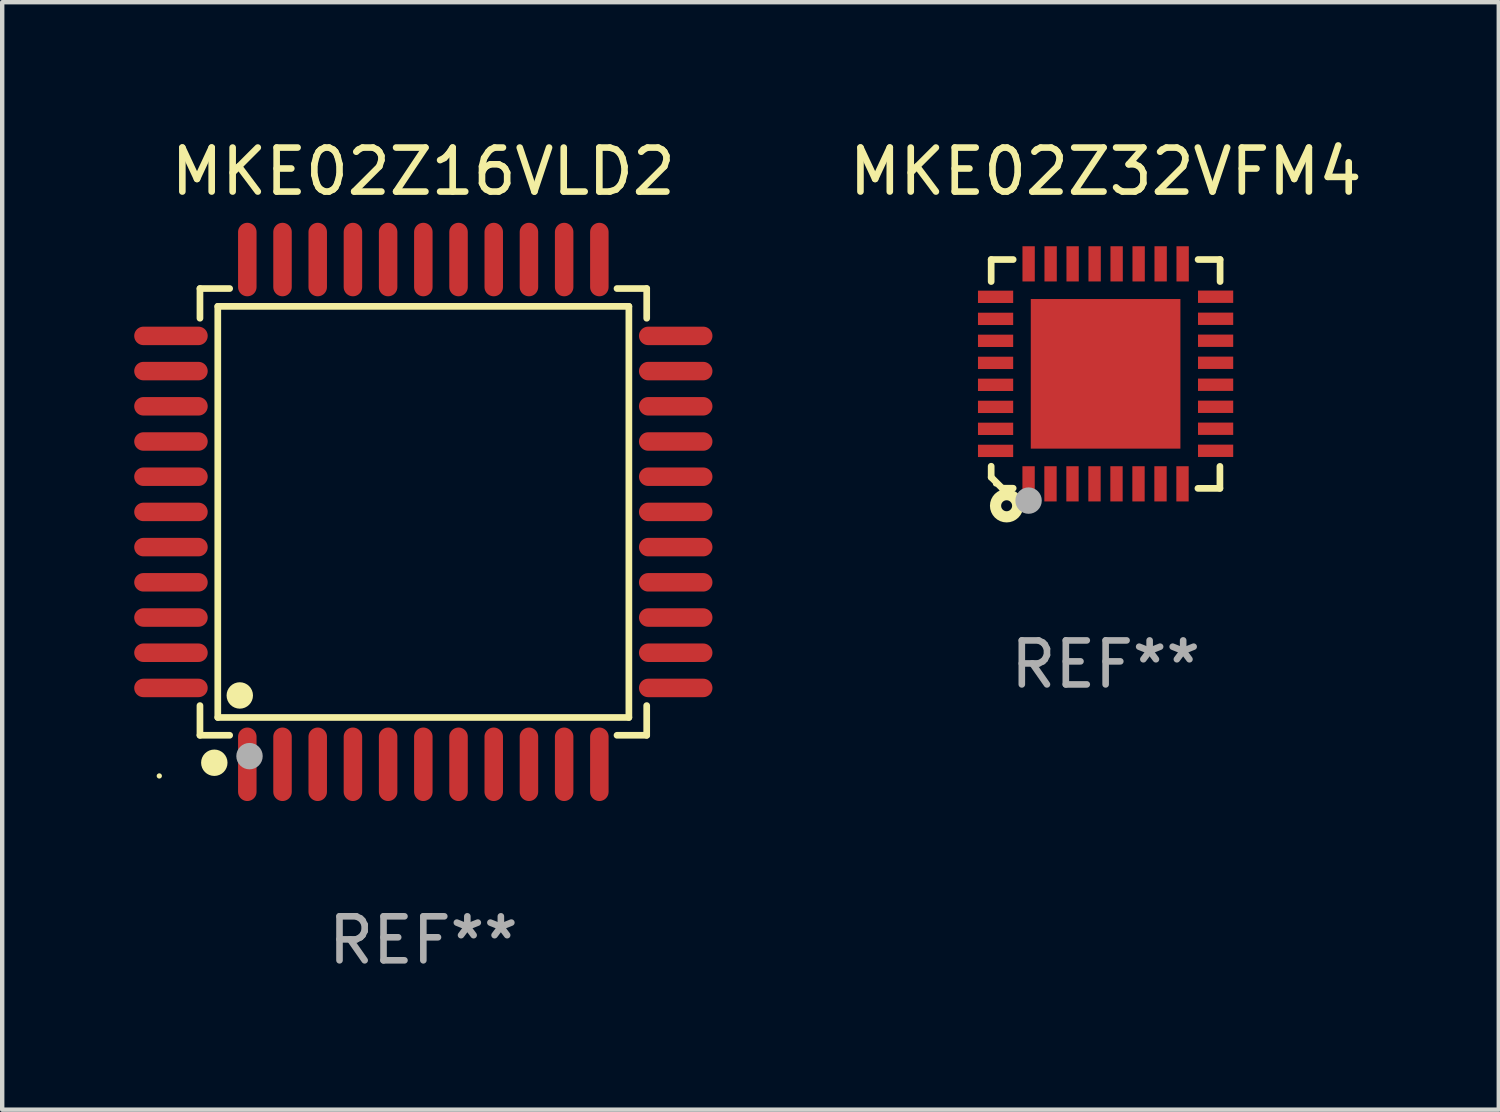
<source format=kicad_pcb>
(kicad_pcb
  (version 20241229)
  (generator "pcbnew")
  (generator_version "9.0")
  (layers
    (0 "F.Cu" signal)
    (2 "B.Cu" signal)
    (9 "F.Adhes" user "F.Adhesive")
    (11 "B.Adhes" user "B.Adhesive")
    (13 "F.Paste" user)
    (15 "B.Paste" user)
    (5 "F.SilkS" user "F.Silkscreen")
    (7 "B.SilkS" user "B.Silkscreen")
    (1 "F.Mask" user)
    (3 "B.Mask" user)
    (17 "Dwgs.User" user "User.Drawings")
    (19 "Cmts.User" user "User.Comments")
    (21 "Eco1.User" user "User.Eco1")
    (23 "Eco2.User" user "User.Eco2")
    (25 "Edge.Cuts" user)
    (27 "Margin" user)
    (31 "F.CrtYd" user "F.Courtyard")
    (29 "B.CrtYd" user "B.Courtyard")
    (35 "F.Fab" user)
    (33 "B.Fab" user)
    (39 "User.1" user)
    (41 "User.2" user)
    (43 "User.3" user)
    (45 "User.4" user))
  (footprint "MKE02Z16VLD2"
    (layer "F.Cu")
    (at 6.57 8.583)
    (property "Reference" "MKE02Z16VLD2" (at 0 -7.735 0) (layer "F.SilkS") (effects (font (size 1 1) (thickness 0.15))))
    (attr through_hole)
    (fp_line (start -5.076 -5.076) (end -4.401 -5.076) (stroke (width 0.152) (type solid)) (layer "F.SilkS"))
    (fp_line (start -5.076 -4.401) (end -5.076 -5.076) (stroke (width 0.152) (type solid)) (layer "F.SilkS"))
    (fp_line (start -5.076 4.401) (end -5.076 5.076) (stroke (width 0.152) (type solid)) (layer "F.SilkS"))
    (fp_line (start -5.076 5.076) (end -4.401 5.076) (stroke (width 0.152) (type solid)) (layer "F.SilkS"))
    (fp_line (start -4.671 -4.671) (end 4.671 -4.671) (stroke (width 0.152) (type solid)) (layer "F.SilkS"))
    (fp_line (start -4.671 4.671) (end -4.671 -4.671) (stroke (width 0.152) (type solid)) (layer "F.SilkS"))
    (fp_line (start 4.671 -4.671) (end 4.671 4.671) (stroke (width 0.152) (type solid)) (layer "F.SilkS"))
    (fp_line (start 4.671 4.671) (end -4.671 4.671) (stroke (width 0.152) (type solid)) (layer "F.SilkS"))
    (fp_line (start 5.076 -5.076) (end 4.401 -5.076) (stroke (width 0.152) (type solid)) (layer "F.SilkS"))
    (fp_line (start 5.076 -4.401) (end 5.076 -5.076) (stroke (width 0.152) (type solid)) (layer "F.SilkS"))
    (fp_line (start 5.076 4.401) (end 5.076 5.076) (stroke (width 0.152) (type solid)) (layer "F.SilkS"))
    (fp_line (start 5.076 5.076) (end 4.401 5.076) (stroke (width 0.152) (type solid)) (layer "F.SilkS"))
    (fp_circle (center -6 6) (end -5.97 6) (stroke (width 0.06) (type solid)) (fill no) (layer "F.SilkS"))
    (fp_circle (center -4.75 5.7) (end -4.6 5.7) (stroke (width 0.3) (type solid)) (fill no) (layer "F.SilkS"))
    (fp_circle (center -4.171 4.171) (end -4.021 4.171) (stroke (width 0.3) (type solid)) (fill no) (layer "F.SilkS"))
    (fp_circle (center -3.95 5.55) (end -3.8 5.55) (stroke (width 0.3) (type solid)) (fill no) (layer "F.Fab"))
    (fp_text user "REF**" (at 0 9.735 0) (layer "F.Fab") (effects (font (size 1 1) (thickness 0.15))))
    (pad "1" smd oval (at -4 5.735) (size 0.42 1.67) (layers "F.Cu" "F.Mask" "F.Paste"))
    (pad "2" smd oval (at -3.2 5.735) (size 0.42 1.67) (layers "F.Cu" "F.Mask" "F.Paste"))
    (pad "3" smd oval (at -2.4 5.735) (size 0.42 1.67) (layers "F.Cu" "F.Mask" "F.Paste"))
    (pad "4" smd oval (at -1.6 5.735) (size 0.42 1.67) (layers "F.Cu" "F.Mask" "F.Paste"))
    (pad "5" smd oval (at -0.8 5.735) (size 0.42 1.67) (layers "F.Cu" "F.Mask" "F.Paste"))
    (pad "6" smd oval (at 0 5.735) (size 0.42 1.67) (layers "F.Cu" "F.Mask" "F.Paste"))
    (pad "7" smd oval (at 0.8 5.735) (size 0.42 1.67) (layers "F.Cu" "F.Mask" "F.Paste"))
    (pad "8" smd oval (at 1.6 5.735) (size 0.42 1.67) (layers "F.Cu" "F.Mask" "F.Paste"))
    (pad "9" smd oval (at 2.4 5.735) (size 0.42 1.67) (layers "F.Cu" "F.Mask" "F.Paste"))
    (pad "10" smd oval (at 3.2 5.735) (size 0.42 1.67) (layers "F.Cu" "F.Mask" "F.Paste"))
    (pad "11" smd oval (at 4 5.735) (size 0.42 1.67) (layers "F.Cu" "F.Mask" "F.Paste"))
    (pad "12" smd oval (at 5.735 4) (size 1.67 0.42) (layers "F.Cu" "F.Mask" "F.Paste"))
    (pad "13" smd oval (at 5.735 3.2) (size 1.67 0.42) (layers "F.Cu" "F.Mask" "F.Paste"))
    (pad "14" smd oval (at 5.735 2.4) (size 1.67 0.42) (layers "F.Cu" "F.Mask" "F.Paste"))
    (pad "15" smd oval (at 5.735 1.6) (size 1.67 0.42) (layers "F.Cu" "F.Mask" "F.Paste"))
    (pad "16" smd oval (at 5.735 0.8) (size 1.67 0.42) (layers "F.Cu" "F.Mask" "F.Paste"))
    (pad "17" smd oval (at 5.735 0) (size 1.67 0.42) (layers "F.Cu" "F.Mask" "F.Paste"))
    (pad "18" smd oval (at 5.735 -0.8) (size 1.67 0.42) (layers "F.Cu" "F.Mask" "F.Paste"))
    (pad "19" smd oval (at 5.735 -1.6) (size 1.67 0.42) (layers "F.Cu" "F.Mask" "F.Paste"))
    (pad "20" smd oval (at 5.735 -2.4) (size 1.67 0.42) (layers "F.Cu" "F.Mask" "F.Paste"))
    (pad "21" smd oval (at 5.735 -3.2) (size 1.67 0.42) (layers "F.Cu" "F.Mask" "F.Paste"))
    (pad "22" smd oval (at 5.735 -4) (size 1.67 0.42) (layers "F.Cu" "F.Mask" "F.Paste"))
    (pad "23" smd oval (at 4 -5.735) (size 0.42 1.67) (layers "F.Cu" "F.Mask" "F.Paste"))
    (pad "24" smd oval (at 3.2 -5.735) (size 0.42 1.67) (layers "F.Cu" "F.Mask" "F.Paste"))
    (pad "25" smd oval (at 2.4 -5.735) (size 0.42 1.67) (layers "F.Cu" "F.Mask" "F.Paste"))
    (pad "26" smd oval (at 1.6 -5.735) (size 0.42 1.67) (layers "F.Cu" "F.Mask" "F.Paste"))
    (pad "27" smd oval (at 0.8 -5.735) (size 0.42 1.67) (layers "F.Cu" "F.Mask" "F.Paste"))
    (pad "28" smd oval (at 0 -5.735) (size 0.42 1.67) (layers "F.Cu" "F.Mask" "F.Paste"))
    (pad "29" smd oval (at -0.8 -5.735) (size 0.42 1.67) (layers "F.Cu" "F.Mask" "F.Paste"))
    (pad "30" smd oval (at -1.6 -5.735) (size 0.42 1.67) (layers "F.Cu" "F.Mask" "F.Paste"))
    (pad "31" smd oval (at -2.4 -5.735) (size 0.42 1.67) (layers "F.Cu" "F.Mask" "F.Paste"))
    (pad "32" smd oval (at -3.2 -5.735) (size 0.42 1.67) (layers "F.Cu" "F.Mask" "F.Paste"))
    (pad "33" smd oval (at -4 -5.735) (size 0.42 1.67) (layers "F.Cu" "F.Mask" "F.Paste"))
    (pad "34" smd oval (at -5.735 -4) (size 1.67 0.42) (layers "F.Cu" "F.Mask" "F.Paste"))
    (pad "35" smd oval (at -5.735 -3.2) (size 1.67 0.42) (layers "F.Cu" "F.Mask" "F.Paste"))
    (pad "36" smd oval (at -5.735 -2.4) (size 1.67 0.42) (layers "F.Cu" "F.Mask" "F.Paste"))
    (pad "37" smd oval (at -5.735 -1.6) (size 1.67 0.42) (layers "F.Cu" "F.Mask" "F.Paste"))
    (pad "38" smd oval (at -5.735 -0.8) (size 1.67 0.42) (layers "F.Cu" "F.Mask" "F.Paste"))
    (pad "39" smd oval (at -5.735 0) (size 1.67 0.42) (layers "F.Cu" "F.Mask" "F.Paste"))
    (pad "40" smd oval (at -5.735 0.8) (size 1.67 0.42) (layers "F.Cu" "F.Mask" "F.Paste"))
    (pad "41" smd oval (at -5.735 1.6) (size 1.67 0.42) (layers "F.Cu" "F.Mask" "F.Paste"))
    (pad "42" smd oval (at -5.735 2.4) (size 1.67 0.42) (layers "F.Cu" "F.Mask" "F.Paste"))
    (pad "43" smd oval (at -5.735 3.2) (size 1.67 0.42) (layers "F.Cu" "F.Mask" "F.Paste"))
    (pad "44" smd oval (at -5.735 4) (size 1.67 0.42) (layers "F.Cu" "F.Mask" "F.Paste")))
  (footprint "MKE02Z32VFM4"
    (layer "F.Cu")
    (at 22.075 5.448)
    (property "Reference" "MKE02Z32VFM4" (at 0 -4.6 0) (layer "F.SilkS") (effects (font (size 1 1) (thickness 0.15))))
    (attr through_hole)
    (fp_line (start -2.601 2.097) (end -2.601 2.347) (stroke (width 0.152) (type solid)) (layer "F.SilkS"))
    (fp_line (start -2.601 2.347) (end -2.351 2.597) (stroke (width 0.152) (type solid)) (layer "F.SilkS"))
    (fp_line (start -2.601 -2.6) (end -2.601 -2.1) (stroke (width 0.152) (type solid)) (layer "F.SilkS"))
    (fp_line (start -2.601 -2.6) (end -2.101 -2.6) (stroke (width 0.152) (type solid)) (layer "F.SilkS"))
    (fp_line (start -2.351 2.597) (end -2.101 2.597) (stroke (width 0.152) (type solid)) (layer "F.SilkS"))
    (fp_line (start 2.597 2.6) (end 2.097 2.6) (stroke (width 0.152) (type solid)) (layer "F.SilkS"))
    (fp_line (start 2.597 2.6) (end 2.597 2.1) (stroke (width 0.152) (type solid)) (layer "F.SilkS"))
    (fp_line (start 2.601 -2.6) (end 2.101 -2.6) (stroke (width 0.152) (type solid)) (layer "F.SilkS"))
    (fp_line (start 2.601 -2.6) (end 2.601 -2.1) (stroke (width 0.152) (type solid)) (layer "F.SilkS"))
    (fp_circle (center -2.501 2.497) (end -2.471 2.497) (stroke (width 0.06) (type solid)) (fill no) (layer "F.SilkS"))
    (fp_circle (center -2.25 2.995) (end -2.125 2.995) (stroke (width 0.254) (type solid)) (fill no) (layer "F.SilkS"))
    (fp_circle (center -1.751 2.878) (end -1.601 2.878) (stroke (width 0.3) (type solid)) (fill no) (layer "F.Fab"))
    (fp_text user "REF**" (at 0 6.6 0) (layer "F.Fab") (effects (font (size 1 1) (thickness 0.15))))
    (pad "1" smd rect (at -1.751 2.497) (size 0.28 0.8) (layers "F.Cu" "F.Mask" "F.Paste"))
    (pad "2" smd rect (at -1.253 2.497) (size 0.28 0.8) (layers "F.Cu" "F.Mask" "F.Paste"))
    (pad "3" smd rect (at -0.753 2.497) (size 0.28 0.8) (layers "F.Cu" "F.Mask" "F.Paste"))
    (pad "4" smd rect (at -0.253 2.497) (size 0.28 0.8) (layers "F.Cu" "F.Mask" "F.Paste"))
    (pad "5" smd rect (at 0.247 2.497) (size 0.28 0.8) (layers "F.Cu" "F.Mask" "F.Paste"))
    (pad "6" smd rect (at 0.747 2.497) (size 0.28 0.8) (layers "F.Cu" "F.Mask" "F.Paste"))
    (pad "7" smd rect (at 1.247 2.497) (size 0.28 0.8) (layers "F.Cu" "F.Mask" "F.Paste"))
    (pad "8" smd rect (at 1.747 2.497) (size 0.28 0.8) (layers "F.Cu" "F.Mask" "F.Paste"))
    (pad "9" smd rect (at 2.499 1.746) (size 0.8 0.28) (layers "F.Cu" "F.Mask" "F.Paste"))
    (pad "10" smd rect (at 2.499 1.245) (size 0.8 0.28) (layers "F.Cu" "F.Mask" "F.Paste"))
    (pad "11" smd rect (at 2.499 0.746) (size 0.8 0.28) (layers "F.Cu" "F.Mask" "F.Paste"))
    (pad "12" smd rect (at 2.499 0.245) (size 0.8 0.28) (layers "F.Cu" "F.Mask" "F.Paste"))
    (pad "13" smd rect (at 2.499 -0.254) (size 0.8 0.28) (layers "F.Cu" "F.Mask" "F.Paste"))
    (pad "14" smd rect (at 2.499 -0.755) (size 0.8 0.28) (layers "F.Cu" "F.Mask" "F.Paste"))
    (pad "15" smd rect (at 2.499 -1.254) (size 0.8 0.28) (layers "F.Cu" "F.Mask" "F.Paste"))
    (pad "16" smd rect (at 2.499 -1.755) (size 0.8 0.28) (layers "F.Cu" "F.Mask" "F.Paste"))
    (pad "17" smd rect (at 1.75 -2.502) (size 0.28 0.8) (layers "F.Cu" "F.Mask" "F.Paste"))
    (pad "18" smd rect (at 1.25 -2.502) (size 0.28 0.8) (layers "F.Cu" "F.Mask" "F.Paste"))
    (pad "19" smd rect (at 0.75 -2.502) (size 0.28 0.8) (layers "F.Cu" "F.Mask" "F.Paste"))
    (pad "20" smd rect (at 0.25 -2.502) (size 0.28 0.8) (layers "F.Cu" "F.Mask" "F.Paste"))
    (pad "21" smd rect (at -0.25 -2.502) (size 0.28 0.8) (layers "F.Cu" "F.Mask" "F.Paste"))
    (pad "22" smd rect (at -0.75 -2.502) (size 0.28 0.8) (layers "F.Cu" "F.Mask" "F.Paste"))
    (pad "23" smd rect (at -1.25 -2.502) (size 0.28 0.8) (layers "F.Cu" "F.Mask" "F.Paste"))
    (pad "24" smd rect (at -1.75 -2.502) (size 0.28 0.8) (layers "F.Cu" "F.Mask" "F.Paste"))
    (pad "25" smd rect (at -2.501 -1.753) (size 0.8 0.28) (layers "F.Cu" "F.Mask" "F.Paste"))
    (pad "26" smd rect (at -2.501 -1.252) (size 0.8 0.28) (layers "F.Cu" "F.Mask" "F.Paste"))
    (pad "27" smd rect (at -2.501 -0.753) (size 0.8 0.28) (layers "F.Cu" "F.Mask" "F.Paste"))
    (pad "28" smd rect (at -2.501 -0.252) (size 0.8 0.28) (layers "F.Cu" "F.Mask" "F.Paste"))
    (pad "29" smd rect (at -2.501 0.247) (size 0.8 0.28) (layers "F.Cu" "F.Mask" "F.Paste"))
    (pad "30" smd rect (at -2.501 0.748) (size 0.8 0.28) (layers "F.Cu" "F.Mask" "F.Paste"))
    (pad "31" smd rect (at -2.501 1.247) (size 0.8 0.28) (layers "F.Cu" "F.Mask" "F.Paste"))
    (pad "32" smd rect (at -2.501 1.748) (size 0.8 0.28) (layers "F.Cu" "F.Mask" "F.Paste"))
    (pad "33" smd rect (at -0.001 -0.003 180) (size 3.4 3.4) (layers "F.Cu" "F.Mask" "F.Paste")))
  (gr_rect
    (start -3 -3)
    (end 31.009 22.167)
    (stroke (width 0.1) (type default))
    (fill no)
    (layer "Edge.Cuts")))
</source>
